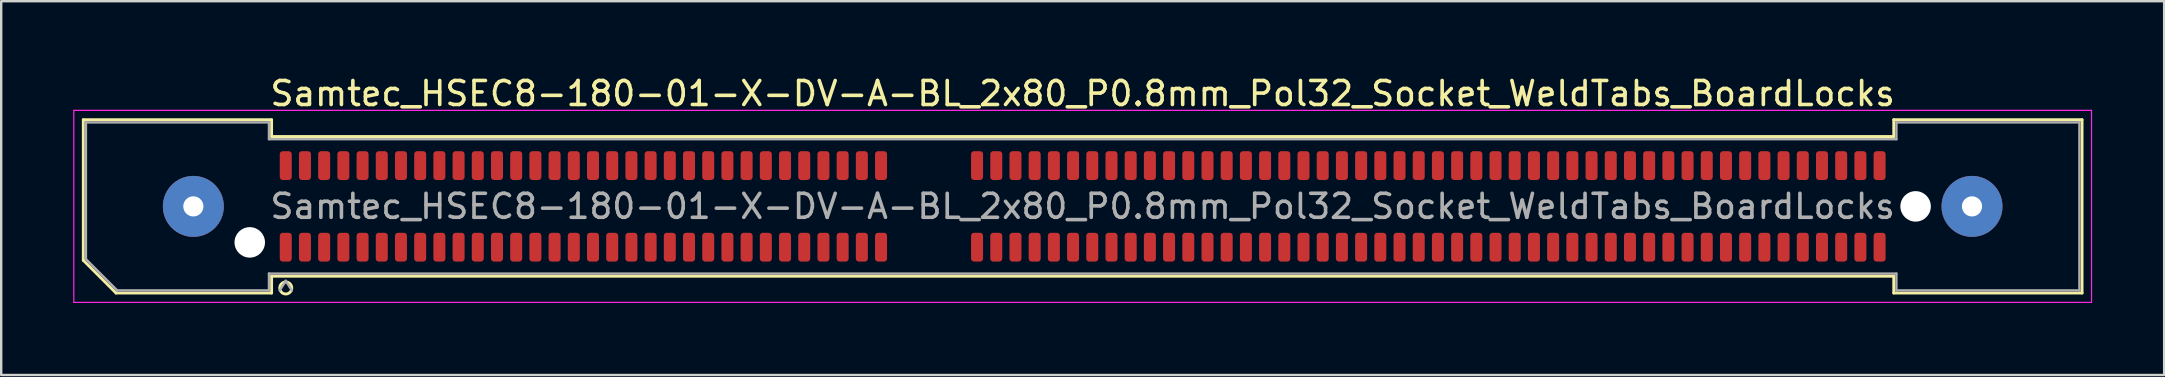
<source format=kicad_pcb>
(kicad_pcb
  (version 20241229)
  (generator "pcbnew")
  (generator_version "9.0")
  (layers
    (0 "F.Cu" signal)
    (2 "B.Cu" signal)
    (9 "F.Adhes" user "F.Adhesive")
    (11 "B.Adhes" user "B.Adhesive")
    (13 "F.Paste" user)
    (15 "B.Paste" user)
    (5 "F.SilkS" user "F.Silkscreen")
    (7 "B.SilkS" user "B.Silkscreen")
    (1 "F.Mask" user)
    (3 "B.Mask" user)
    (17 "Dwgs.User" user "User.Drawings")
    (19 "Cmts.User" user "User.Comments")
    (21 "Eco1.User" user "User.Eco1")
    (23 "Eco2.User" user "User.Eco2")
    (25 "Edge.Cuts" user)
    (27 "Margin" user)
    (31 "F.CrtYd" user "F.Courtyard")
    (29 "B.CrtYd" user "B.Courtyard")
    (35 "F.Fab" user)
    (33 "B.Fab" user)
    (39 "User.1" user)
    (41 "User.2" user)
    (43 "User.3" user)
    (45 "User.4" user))
  (footprint "Samtec_HSEC8-180-01-X-DV-A-BL_2x80_P0.8mm_Pol32_Socket_WeldTabs_BoardLocks"
    (layer "F.Cu")
    (at 42.055 5.548)
    (property "Reference" "Samtec_HSEC8-180-01-X-DV-A-BL_2x80_P0.8mm_Pol32_Socket_WeldTabs_BoardLocks" (at 0 -4.7 0) (layer "F.SilkS") (effects (font (size 1 1) (thickness 0.15))))
    (attr smd)
    (fp_line (start -41.635 -3.61) (end -33.79 -3.61) (stroke (width 0.12) (type solid)) (layer "F.SilkS"))
    (fp_line (start -41.635 2.246) (end -41.635 -3.61) (stroke (width 0.12) (type solid)) (layer "F.SilkS"))
    (fp_line (start -40.271 3.61) (end -41.635 2.246) (stroke (width 0.12) (type solid)) (layer "F.SilkS"))
    (fp_line (start -33.79 -3.61) (end -33.79 -2.91) (stroke (width 0.12) (type solid)) (layer "F.SilkS"))
    (fp_line (start -33.79 -2.91) (end 33.79 -2.91) (stroke (width 0.12) (type solid)) (layer "F.SilkS"))
    (fp_line (start -33.79 2.91) (end -33.79 3.61) (stroke (width 0.12) (type solid)) (layer "F.SilkS"))
    (fp_line (start -33.79 3.61) (end -40.271 3.61) (stroke (width 0.12) (type solid)) (layer "F.SilkS"))
    (fp_line (start 33.79 -3.61) (end 41.635 -3.61) (stroke (width 0.12) (type solid)) (layer "F.SilkS"))
    (fp_line (start 33.79 -2.91) (end 33.79 -3.61) (stroke (width 0.12) (type solid)) (layer "F.SilkS"))
    (fp_line (start 33.79 2.91) (end -33.79 2.91) (stroke (width 0.12) (type solid)) (layer "F.SilkS"))
    (fp_line (start 33.79 3.61) (end 33.79 2.91) (stroke (width 0.12) (type solid)) (layer "F.SilkS"))
    (fp_line (start 41.635 -3.61) (end 41.635 3.61) (stroke (width 0.12) (type solid)) (layer "F.SilkS"))
    (fp_line (start 41.635 3.61) (end 33.79 3.61) (stroke (width 0.12) (type solid)) (layer "F.SilkS"))
    (fp_circle (center -33.2 3.4) (end -32.95 3.4) (stroke (width 0.12) (type solid)) (fill no) (layer "F.SilkS"))
    (fp_line (start -42.03 -4) (end -42.03 4) (stroke (width 0.05) (type solid)) (layer "F.CrtYd"))
    (fp_line (start -42.03 4) (end 42.03 4) (stroke (width 0.05) (type solid)) (layer "F.CrtYd"))
    (fp_line (start 42.03 -4) (end -42.03 -4) (stroke (width 0.05) (type solid)) (layer "F.CrtYd"))
    (fp_line (start 42.03 4) (end 42.03 -4) (stroke (width 0.05) (type solid)) (layer "F.CrtYd"))
    (fp_line (start -41.525 -3.5) (end -33.9 -3.5) (stroke (width 0.1) (type solid)) (layer "F.Fab"))
    (fp_line (start -41.525 2.2) (end -41.525 -3.5) (stroke (width 0.1) (type solid)) (layer "F.Fab"))
    (fp_line (start -40.225 3.5) (end -41.525 2.2) (stroke (width 0.1) (type solid)) (layer "F.Fab"))
    (fp_line (start -33.9 -3.5) (end -33.9 -2.8) (stroke (width 0.1) (type solid)) (layer "F.Fab"))
    (fp_line (start -33.9 -2.8) (end 33.9 -2.8) (stroke (width 0.1) (type solid)) (layer "F.Fab"))
    (fp_line (start -33.9 2.8) (end -33.9 3.5) (stroke (width 0.1) (type solid)) (layer "F.Fab"))
    (fp_line (start -33.9 3.5) (end -40.225 3.5) (stroke (width 0.1) (type solid)) (layer "F.Fab"))
    (fp_line (start -33.2 3.1) (end -33.45 3.5) (stroke (width 0.1) (type solid)) (layer "F.Fab"))
    (fp_line (start -33.2 3.1) (end -32.95 3.5) (stroke (width 0.1) (type solid)) (layer "F.Fab"))
    (fp_line (start 33.9 -3.5) (end 41.525 -3.5) (stroke (width 0.1) (type solid)) (layer "F.Fab"))
    (fp_line (start 33.9 -2.8) (end 33.9 -3.5) (stroke (width 0.1) (type solid)) (layer "F.Fab"))
    (fp_line (start 33.9 2.8) (end -33.9 2.8) (stroke (width 0.1) (type solid)) (layer "F.Fab"))
    (fp_line (start 33.9 3.5) (end 33.9 2.8) (stroke (width 0.1) (type solid)) (layer "F.Fab"))
    (fp_line (start 41.525 -3.5) (end 41.525 3.5) (stroke (width 0.1) (type solid)) (layer "F.Fab"))
    (fp_line (start 41.525 3.5) (end 33.9 3.5) (stroke (width 0.1) (type solid)) (layer "F.Fab"))
    (fp_text user "${REFERENCE}" (at 0 0 0) (layer "F.Fab") (effects (font (size 1 1) (thickness 0.15))))
    (pad "" thru_hole circle (at -37.05 0) (size 2.54 2.54) (drill 0.84) (layers "*.Cu" "*.Mask" "F.Paste"))
    (pad "" np_thru_hole circle (at -34.7 1.5) (size 1.27 1.27) (drill 1.27) (layers "*.Cu" "*.Mask"))
    (pad "" np_thru_hole circle (at 34.7 0) (size 1.27 1.27) (drill 1.27) (layers "*.Cu" "*.Mask"))
    (pad "" thru_hole circle (at 37.05 0) (size 2.54 2.54) (drill 0.84) (layers "*.Cu" "*.Mask" "F.Paste"))
    (pad "1" smd roundrect (at -33.2 1.7) (size 0.5 1.2) (layers "F.Cu" "F.Mask" "F.Paste") (roundrect_rratio 0.25))
    (pad "2" smd roundrect (at -33.2 -1.7) (size 0.5 1.2) (layers "F.Cu" "F.Mask" "F.Paste") (roundrect_rratio 0.25))
    (pad "3" smd roundrect (at -32.4 1.7) (size 0.5 1.2) (layers "F.Cu" "F.Mask" "F.Paste") (roundrect_rratio 0.25))
    (pad "4" smd roundrect (at -32.4 -1.7) (size 0.5 1.2) (layers "F.Cu" "F.Mask" "F.Paste") (roundrect_rratio 0.25))
    (pad "5" smd roundrect (at -31.6 1.7) (size 0.5 1.2) (layers "F.Cu" "F.Mask" "F.Paste") (roundrect_rratio 0.25))
    (pad "6" smd roundrect (at -31.6 -1.7) (size 0.5 1.2) (layers "F.Cu" "F.Mask" "F.Paste") (roundrect_rratio 0.25))
    (pad "7" smd roundrect (at -30.8 1.7) (size 0.5 1.2) (layers "F.Cu" "F.Mask" "F.Paste") (roundrect_rratio 0.25))
    (pad "8" smd roundrect (at -30.8 -1.7) (size 0.5 1.2) (layers "F.Cu" "F.Mask" "F.Paste") (roundrect_rratio 0.25))
    (pad "9" smd roundrect (at -30 1.7) (size 0.5 1.2) (layers "F.Cu" "F.Mask" "F.Paste") (roundrect_rratio 0.25))
    (pad "10" smd roundrect (at -30 -1.7) (size 0.5 1.2) (layers "F.Cu" "F.Mask" "F.Paste") (roundrect_rratio 0.25))
    (pad "11" smd roundrect (at -29.2 1.7) (size 0.5 1.2) (layers "F.Cu" "F.Mask" "F.Paste") (roundrect_rratio 0.25))
    (pad "12" smd roundrect (at -29.2 -1.7) (size 0.5 1.2) (layers "F.Cu" "F.Mask" "F.Paste") (roundrect_rratio 0.25))
    (pad "13" smd roundrect (at -28.4 1.7) (size 0.5 1.2) (layers "F.Cu" "F.Mask" "F.Paste") (roundrect_rratio 0.25))
    (pad "14" smd roundrect (at -28.4 -1.7) (size 0.5 1.2) (layers "F.Cu" "F.Mask" "F.Paste") (roundrect_rratio 0.25))
    (pad "15" smd roundrect (at -27.6 1.7) (size 0.5 1.2) (layers "F.Cu" "F.Mask" "F.Paste") (roundrect_rratio 0.25))
    (pad "16" smd roundrect (at -27.6 -1.7) (size 0.5 1.2) (layers "F.Cu" "F.Mask" "F.Paste") (roundrect_rratio 0.25))
    (pad "17" smd roundrect (at -26.8 1.7) (size 0.5 1.2) (layers "F.Cu" "F.Mask" "F.Paste") (roundrect_rratio 0.25))
    (pad "18" smd roundrect (at -26.8 -1.7) (size 0.5 1.2) (layers "F.Cu" "F.Mask" "F.Paste") (roundrect_rratio 0.25))
    (pad "19" smd roundrect (at -26 1.7) (size 0.5 1.2) (layers "F.Cu" "F.Mask" "F.Paste") (roundrect_rratio 0.25))
    (pad "20" smd roundrect (at -26 -1.7) (size 0.5 1.2) (layers "F.Cu" "F.Mask" "F.Paste") (roundrect_rratio 0.25))
    (pad "21" smd roundrect (at -25.2 1.7) (size 0.5 1.2) (layers "F.Cu" "F.Mask" "F.Paste") (roundrect_rratio 0.25))
    (pad "22" smd roundrect (at -25.2 -1.7) (size 0.5 1.2) (layers "F.Cu" "F.Mask" "F.Paste") (roundrect_rratio 0.25))
    (pad "23" smd roundrect (at -24.4 1.7) (size 0.5 1.2) (layers "F.Cu" "F.Mask" "F.Paste") (roundrect_rratio 0.25))
    (pad "24" smd roundrect (at -24.4 -1.7) (size 0.5 1.2) (layers "F.Cu" "F.Mask" "F.Paste") (roundrect_rratio 0.25))
    (pad "25" smd roundrect (at -23.6 1.7) (size 0.5 1.2) (layers "F.Cu" "F.Mask" "F.Paste") (roundrect_rratio 0.25))
    (pad "26" smd roundrect (at -23.6 -1.7) (size 0.5 1.2) (layers "F.Cu" "F.Mask" "F.Paste") (roundrect_rratio 0.25))
    (pad "27" smd roundrect (at -22.8 1.7) (size 0.5 1.2) (layers "F.Cu" "F.Mask" "F.Paste") (roundrect_rratio 0.25))
    (pad "28" smd roundrect (at -22.8 -1.7) (size 0.5 1.2) (layers "F.Cu" "F.Mask" "F.Paste") (roundrect_rratio 0.25))
    (pad "29" smd roundrect (at -22 1.7) (size 0.5 1.2) (layers "F.Cu" "F.Mask" "F.Paste") (roundrect_rratio 0.25))
    (pad "30" smd roundrect (at -22 -1.7) (size 0.5 1.2) (layers "F.Cu" "F.Mask" "F.Paste") (roundrect_rratio 0.25))
    (pad "31" smd roundrect (at -21.2 1.7) (size 0.5 1.2) (layers "F.Cu" "F.Mask" "F.Paste") (roundrect_rratio 0.25))
    (pad "32" smd roundrect (at -21.2 -1.7) (size 0.5 1.2) (layers "F.Cu" "F.Mask" "F.Paste") (roundrect_rratio 0.25))
    (pad "33" smd roundrect (at -20.4 1.7) (size 0.5 1.2) (layers "F.Cu" "F.Mask" "F.Paste") (roundrect_rratio 0.25))
    (pad "34" smd roundrect (at -20.4 -1.7) (size 0.5 1.2) (layers "F.Cu" "F.Mask" "F.Paste") (roundrect_rratio 0.25))
    (pad "35" smd roundrect (at -19.6 1.7) (size 0.5 1.2) (layers "F.Cu" "F.Mask" "F.Paste") (roundrect_rratio 0.25))
    (pad "36" smd roundrect (at -19.6 -1.7) (size 0.5 1.2) (layers "F.Cu" "F.Mask" "F.Paste") (roundrect_rratio 0.25))
    (pad "37" smd roundrect (at -18.8 1.7) (size 0.5 1.2) (layers "F.Cu" "F.Mask" "F.Paste") (roundrect_rratio 0.25))
    (pad "38" smd roundrect (at -18.8 -1.7) (size 0.5 1.2) (layers "F.Cu" "F.Mask" "F.Paste") (roundrect_rratio 0.25))
    (pad "39" smd roundrect (at -18 1.7) (size 0.5 1.2) (layers "F.Cu" "F.Mask" "F.Paste") (roundrect_rratio 0.25))
    (pad "40" smd roundrect (at -18 -1.7) (size 0.5 1.2) (layers "F.Cu" "F.Mask" "F.Paste") (roundrect_rratio 0.25))
    (pad "41" smd roundrect (at -17.2 1.7) (size 0.5 1.2) (layers "F.Cu" "F.Mask" "F.Paste") (roundrect_rratio 0.25))
    (pad "42" smd roundrect (at -17.2 -1.7) (size 0.5 1.2) (layers "F.Cu" "F.Mask" "F.Paste") (roundrect_rratio 0.25))
    (pad "43" smd roundrect (at -16.4 1.7) (size 0.5 1.2) (layers "F.Cu" "F.Mask" "F.Paste") (roundrect_rratio 0.25))
    (pad "44" smd roundrect (at -16.4 -1.7) (size 0.5 1.2) (layers "F.Cu" "F.Mask" "F.Paste") (roundrect_rratio 0.25))
    (pad "45" smd roundrect (at -15.6 1.7) (size 0.5 1.2) (layers "F.Cu" "F.Mask" "F.Paste") (roundrect_rratio 0.25))
    (pad "46" smd roundrect (at -15.6 -1.7) (size 0.5 1.2) (layers "F.Cu" "F.Mask" "F.Paste") (roundrect_rratio 0.25))
    (pad "47" smd roundrect (at -14.8 1.7) (size 0.5 1.2) (layers "F.Cu" "F.Mask" "F.Paste") (roundrect_rratio 0.25))
    (pad "48" smd roundrect (at -14.8 -1.7) (size 0.5 1.2) (layers "F.Cu" "F.Mask" "F.Paste") (roundrect_rratio 0.25))
    (pad "49" smd roundrect (at -14 1.7) (size 0.5 1.2) (layers "F.Cu" "F.Mask" "F.Paste") (roundrect_rratio 0.25))
    (pad "50" smd roundrect (at -14 -1.7) (size 0.5 1.2) (layers "F.Cu" "F.Mask" "F.Paste") (roundrect_rratio 0.25))
    (pad "51" smd roundrect (at -13.2 1.7) (size 0.5 1.2) (layers "F.Cu" "F.Mask" "F.Paste") (roundrect_rratio 0.25))
    (pad "52" smd roundrect (at -13.2 -1.7) (size 0.5 1.2) (layers "F.Cu" "F.Mask" "F.Paste") (roundrect_rratio 0.25))
    (pad "53" smd roundrect (at -12.4 1.7) (size 0.5 1.2) (layers "F.Cu" "F.Mask" "F.Paste") (roundrect_rratio 0.25))
    (pad "54" smd roundrect (at -12.4 -1.7) (size 0.5 1.2) (layers "F.Cu" "F.Mask" "F.Paste") (roundrect_rratio 0.25))
    (pad "55" smd roundrect (at -11.6 1.7) (size 0.5 1.2) (layers "F.Cu" "F.Mask" "F.Paste") (roundrect_rratio 0.25))
    (pad "56" smd roundrect (at -11.6 -1.7) (size 0.5 1.2) (layers "F.Cu" "F.Mask" "F.Paste") (roundrect_rratio 0.25))
    (pad "57" smd roundrect (at -10.8 1.7) (size 0.5 1.2) (layers "F.Cu" "F.Mask" "F.Paste") (roundrect_rratio 0.25))
    (pad "58" smd roundrect (at -10.8 -1.7) (size 0.5 1.2) (layers "F.Cu" "F.Mask" "F.Paste") (roundrect_rratio 0.25))
    (pad "59" smd roundrect (at -10 1.7) (size 0.5 1.2) (layers "F.Cu" "F.Mask" "F.Paste") (roundrect_rratio 0.25))
    (pad "60" smd roundrect (at -10 -1.7) (size 0.5 1.2) (layers "F.Cu" "F.Mask" "F.Paste") (roundrect_rratio 0.25))
    (pad "61" smd roundrect (at -9.2 1.7) (size 0.5 1.2) (layers "F.Cu" "F.Mask" "F.Paste") (roundrect_rratio 0.25))
    (pad "62" smd roundrect (at -9.2 -1.7) (size 0.5 1.2) (layers "F.Cu" "F.Mask" "F.Paste") (roundrect_rratio 0.25))
    (pad "63" smd roundrect (at -8.4 1.7) (size 0.5 1.2) (layers "F.Cu" "F.Mask" "F.Paste") (roundrect_rratio 0.25))
    (pad "64" smd roundrect (at -8.4 -1.7) (size 0.5 1.2) (layers "F.Cu" "F.Mask" "F.Paste") (roundrect_rratio 0.25))
    (pad "65" smd roundrect (at -4.4 1.7) (size 0.5 1.2) (layers "F.Cu" "F.Mask" "F.Paste") (roundrect_rratio 0.25))
    (pad "66" smd roundrect (at -4.4 -1.7) (size 0.5 1.2) (layers "F.Cu" "F.Mask" "F.Paste") (roundrect_rratio 0.25))
    (pad "67" smd roundrect (at -3.6 1.7) (size 0.5 1.2) (layers "F.Cu" "F.Mask" "F.Paste") (roundrect_rratio 0.25))
    (pad "68" smd roundrect (at -3.6 -1.7) (size 0.5 1.2) (layers "F.Cu" "F.Mask" "F.Paste") (roundrect_rratio 0.25))
    (pad "69" smd roundrect (at -2.8 1.7) (size 0.5 1.2) (layers "F.Cu" "F.Mask" "F.Paste") (roundrect_rratio 0.25))
    (pad "70" smd roundrect (at -2.8 -1.7) (size 0.5 1.2) (layers "F.Cu" "F.Mask" "F.Paste") (roundrect_rratio 0.25))
    (pad "71" smd roundrect (at -2 1.7) (size 0.5 1.2) (layers "F.Cu" "F.Mask" "F.Paste") (roundrect_rratio 0.25))
    (pad "72" smd roundrect (at -2 -1.7) (size 0.5 1.2) (layers "F.Cu" "F.Mask" "F.Paste") (roundrect_rratio 0.25))
    (pad "73" smd roundrect (at -1.2 1.7) (size 0.5 1.2) (layers "F.Cu" "F.Mask" "F.Paste") (roundrect_rratio 0.25))
    (pad "74" smd roundrect (at -1.2 -1.7) (size 0.5 1.2) (layers "F.Cu" "F.Mask" "F.Paste") (roundrect_rratio 0.25))
    (pad "75" smd roundrect (at -0.4 1.7) (size 0.5 1.2) (layers "F.Cu" "F.Mask" "F.Paste") (roundrect_rratio 0.25))
    (pad "76" smd roundrect (at -0.4 -1.7) (size 0.5 1.2) (layers "F.Cu" "F.Mask" "F.Paste") (roundrect_rratio 0.25))
    (pad "77" smd roundrect (at 0.4 1.7) (size 0.5 1.2) (layers "F.Cu" "F.Mask" "F.Paste") (roundrect_rratio 0.25))
    (pad "78" smd roundrect (at 0.4 -1.7) (size 0.5 1.2) (layers "F.Cu" "F.Mask" "F.Paste") (roundrect_rratio 0.25))
    (pad "79" smd roundrect (at 1.2 1.7) (size 0.5 1.2) (layers "F.Cu" "F.Mask" "F.Paste") (roundrect_rratio 0.25))
    (pad "80" smd roundrect (at 1.2 -1.7) (size 0.5 1.2) (layers "F.Cu" "F.Mask" "F.Paste") (roundrect_rratio 0.25))
    (pad "81" smd roundrect (at 2 1.7) (size 0.5 1.2) (layers "F.Cu" "F.Mask" "F.Paste") (roundrect_rratio 0.25))
    (pad "82" smd roundrect (at 2 -1.7) (size 0.5 1.2) (layers "F.Cu" "F.Mask" "F.Paste") (roundrect_rratio 0.25))
    (pad "83" smd roundrect (at 2.8 1.7) (size 0.5 1.2) (layers "F.Cu" "F.Mask" "F.Paste") (roundrect_rratio 0.25))
    (pad "84" smd roundrect (at 2.8 -1.7) (size 0.5 1.2) (layers "F.Cu" "F.Mask" "F.Paste") (roundrect_rratio 0.25))
    (pad "85" smd roundrect (at 3.6 1.7) (size 0.5 1.2) (layers "F.Cu" "F.Mask" "F.Paste") (roundrect_rratio 0.25))
    (pad "86" smd roundrect (at 3.6 -1.7) (size 0.5 1.2) (layers "F.Cu" "F.Mask" "F.Paste") (roundrect_rratio 0.25))
    (pad "87" smd roundrect (at 4.4 1.7) (size 0.5 1.2) (layers "F.Cu" "F.Mask" "F.Paste") (roundrect_rratio 0.25))
    (pad "88" smd roundrect (at 4.4 -1.7) (size 0.5 1.2) (layers "F.Cu" "F.Mask" "F.Paste") (roundrect_rratio 0.25))
    (pad "89" smd roundrect (at 5.2 1.7) (size 0.5 1.2) (layers "F.Cu" "F.Mask" "F.Paste") (roundrect_rratio 0.25))
    (pad "90" smd roundrect (at 5.2 -1.7) (size 0.5 1.2) (layers "F.Cu" "F.Mask" "F.Paste") (roundrect_rratio 0.25))
    (pad "91" smd roundrect (at 6 1.7) (size 0.5 1.2) (layers "F.Cu" "F.Mask" "F.Paste") (roundrect_rratio 0.25))
    (pad "92" smd roundrect (at 6 -1.7) (size 0.5 1.2) (layers "F.Cu" "F.Mask" "F.Paste") (roundrect_rratio 0.25))
    (pad "93" smd roundrect (at 6.8 1.7) (size 0.5 1.2) (layers "F.Cu" "F.Mask" "F.Paste") (roundrect_rratio 0.25))
    (pad "94" smd roundrect (at 6.8 -1.7) (size 0.5 1.2) (layers "F.Cu" "F.Mask" "F.Paste") (roundrect_rratio 0.25))
    (pad "95" smd roundrect (at 7.6 1.7) (size 0.5 1.2) (layers "F.Cu" "F.Mask" "F.Paste") (roundrect_rratio 0.25))
    (pad "96" smd roundrect (at 7.6 -1.7) (size 0.5 1.2) (layers "F.Cu" "F.Mask" "F.Paste") (roundrect_rratio 0.25))
    (pad "97" smd roundrect (at 8.4 1.7) (size 0.5 1.2) (layers "F.Cu" "F.Mask" "F.Paste") (roundrect_rratio 0.25))
    (pad "98" smd roundrect (at 8.4 -1.7) (size 0.5 1.2) (layers "F.Cu" "F.Mask" "F.Paste") (roundrect_rratio 0.25))
    (pad "99" smd roundrect (at 9.2 1.7) (size 0.5 1.2) (layers "F.Cu" "F.Mask" "F.Paste") (roundrect_rratio 0.25))
    (pad "100" smd roundrect (at 9.2 -1.7) (size 0.5 1.2) (layers "F.Cu" "F.Mask" "F.Paste") (roundrect_rratio 0.25))
    (pad "101" smd roundrect (at 10 1.7) (size 0.5 1.2) (layers "F.Cu" "F.Mask" "F.Paste") (roundrect_rratio 0.25))
    (pad "102" smd roundrect (at 10 -1.7) (size 0.5 1.2) (layers "F.Cu" "F.Mask" "F.Paste") (roundrect_rratio 0.25))
    (pad "103" smd roundrect (at 10.8 1.7) (size 0.5 1.2) (layers "F.Cu" "F.Mask" "F.Paste") (roundrect_rratio 0.25))
    (pad "104" smd roundrect (at 10.8 -1.7) (size 0.5 1.2) (layers "F.Cu" "F.Mask" "F.Paste") (roundrect_rratio 0.25))
    (pad "105" smd roundrect (at 11.6 1.7) (size 0.5 1.2) (layers "F.Cu" "F.Mask" "F.Paste") (roundrect_rratio 0.25))
    (pad "106" smd roundrect (at 11.6 -1.7) (size 0.5 1.2) (layers "F.Cu" "F.Mask" "F.Paste") (roundrect_rratio 0.25))
    (pad "107" smd roundrect (at 12.4 1.7) (size 0.5 1.2) (layers "F.Cu" "F.Mask" "F.Paste") (roundrect_rratio 0.25))
    (pad "108" smd roundrect (at 12.4 -1.7) (size 0.5 1.2) (layers "F.Cu" "F.Mask" "F.Paste") (roundrect_rratio 0.25))
    (pad "109" smd roundrect (at 13.2 1.7) (size 0.5 1.2) (layers "F.Cu" "F.Mask" "F.Paste") (roundrect_rratio 0.25))
    (pad "110" smd roundrect (at 13.2 -1.7) (size 0.5 1.2) (layers "F.Cu" "F.Mask" "F.Paste") (roundrect_rratio 0.25))
    (pad "111" smd roundrect (at 14 1.7) (size 0.5 1.2) (layers "F.Cu" "F.Mask" "F.Paste") (roundrect_rratio 0.25))
    (pad "112" smd roundrect (at 14 -1.7) (size 0.5 1.2) (layers "F.Cu" "F.Mask" "F.Paste") (roundrect_rratio 0.25))
    (pad "113" smd roundrect (at 14.8 1.7) (size 0.5 1.2) (layers "F.Cu" "F.Mask" "F.Paste") (roundrect_rratio 0.25))
    (pad "114" smd roundrect (at 14.8 -1.7) (size 0.5 1.2) (layers "F.Cu" "F.Mask" "F.Paste") (roundrect_rratio 0.25))
    (pad "115" smd roundrect (at 15.6 1.7) (size 0.5 1.2) (layers "F.Cu" "F.Mask" "F.Paste") (roundrect_rratio 0.25))
    (pad "116" smd roundrect (at 15.6 -1.7) (size 0.5 1.2) (layers "F.Cu" "F.Mask" "F.Paste") (roundrect_rratio 0.25))
    (pad "117" smd roundrect (at 16.4 1.7) (size 0.5 1.2) (layers "F.Cu" "F.Mask" "F.Paste") (roundrect_rratio 0.25))
    (pad "118" smd roundrect (at 16.4 -1.7) (size 0.5 1.2) (layers "F.Cu" "F.Mask" "F.Paste") (roundrect_rratio 0.25))
    (pad "119" smd roundrect (at 17.2 1.7) (size 0.5 1.2) (layers "F.Cu" "F.Mask" "F.Paste") (roundrect_rratio 0.25))
    (pad "120" smd roundrect (at 17.2 -1.7) (size 0.5 1.2) (layers "F.Cu" "F.Mask" "F.Paste") (roundrect_rratio 0.25))
    (pad "121" smd roundrect (at 18 1.7) (size 0.5 1.2) (layers "F.Cu" "F.Mask" "F.Paste") (roundrect_rratio 0.25))
    (pad "122" smd roundrect (at 18 -1.7) (size 0.5 1.2) (layers "F.Cu" "F.Mask" "F.Paste") (roundrect_rratio 0.25))
    (pad "123" smd roundrect (at 18.8 1.7) (size 0.5 1.2) (layers "F.Cu" "F.Mask" "F.Paste") (roundrect_rratio 0.25))
    (pad "124" smd roundrect (at 18.8 -1.7) (size 0.5 1.2) (layers "F.Cu" "F.Mask" "F.Paste") (roundrect_rratio 0.25))
    (pad "125" smd roundrect (at 19.6 1.7) (size 0.5 1.2) (layers "F.Cu" "F.Mask" "F.Paste") (roundrect_rratio 0.25))
    (pad "126" smd roundrect (at 19.6 -1.7) (size 0.5 1.2) (layers "F.Cu" "F.Mask" "F.Paste") (roundrect_rratio 0.25))
    (pad "127" smd roundrect (at 20.4 1.7) (size 0.5 1.2) (layers "F.Cu" "F.Mask" "F.Paste") (roundrect_rratio 0.25))
    (pad "128" smd roundrect (at 20.4 -1.7) (size 0.5 1.2) (layers "F.Cu" "F.Mask" "F.Paste") (roundrect_rratio 0.25))
    (pad "129" smd roundrect (at 21.2 1.7) (size 0.5 1.2) (layers "F.Cu" "F.Mask" "F.Paste") (roundrect_rratio 0.25))
    (pad "130" smd roundrect (at 21.2 -1.7) (size 0.5 1.2) (layers "F.Cu" "F.Mask" "F.Paste") (roundrect_rratio 0.25))
    (pad "131" smd roundrect (at 22 1.7) (size 0.5 1.2) (layers "F.Cu" "F.Mask" "F.Paste") (roundrect_rratio 0.25))
    (pad "132" smd roundrect (at 22 -1.7) (size 0.5 1.2) (layers "F.Cu" "F.Mask" "F.Paste") (roundrect_rratio 0.25))
    (pad "133" smd roundrect (at 22.8 1.7) (size 0.5 1.2) (layers "F.Cu" "F.Mask" "F.Paste") (roundrect_rratio 0.25))
    (pad "134" smd roundrect (at 22.8 -1.7) (size 0.5 1.2) (layers "F.Cu" "F.Mask" "F.Paste") (roundrect_rratio 0.25))
    (pad "135" smd roundrect (at 23.6 1.7) (size 0.5 1.2) (layers "F.Cu" "F.Mask" "F.Paste") (roundrect_rratio 0.25))
    (pad "136" smd roundrect (at 23.6 -1.7) (size 0.5 1.2) (layers "F.Cu" "F.Mask" "F.Paste") (roundrect_rratio 0.25))
    (pad "137" smd roundrect (at 24.4 1.7) (size 0.5 1.2) (layers "F.Cu" "F.Mask" "F.Paste") (roundrect_rratio 0.25))
    (pad "138" smd roundrect (at 24.4 -1.7) (size 0.5 1.2) (layers "F.Cu" "F.Mask" "F.Paste") (roundrect_rratio 0.25))
    (pad "139" smd roundrect (at 25.2 1.7) (size 0.5 1.2) (layers "F.Cu" "F.Mask" "F.Paste") (roundrect_rratio 0.25))
    (pad "140" smd roundrect (at 25.2 -1.7) (size 0.5 1.2) (layers "F.Cu" "F.Mask" "F.Paste") (roundrect_rratio 0.25))
    (pad "141" smd roundrect (at 26 1.7) (size 0.5 1.2) (layers "F.Cu" "F.Mask" "F.Paste") (roundrect_rratio 0.25))
    (pad "142" smd roundrect (at 26 -1.7) (size 0.5 1.2) (layers "F.Cu" "F.Mask" "F.Paste") (roundrect_rratio 0.25))
    (pad "143" smd roundrect (at 26.8 1.7) (size 0.5 1.2) (layers "F.Cu" "F.Mask" "F.Paste") (roundrect_rratio 0.25))
    (pad "144" smd roundrect (at 26.8 -1.7) (size 0.5 1.2) (layers "F.Cu" "F.Mask" "F.Paste") (roundrect_rratio 0.25))
    (pad "145" smd roundrect (at 27.6 1.7) (size 0.5 1.2) (layers "F.Cu" "F.Mask" "F.Paste") (roundrect_rratio 0.25))
    (pad "146" smd roundrect (at 27.6 -1.7) (size 0.5 1.2) (layers "F.Cu" "F.Mask" "F.Paste") (roundrect_rratio 0.25))
    (pad "147" smd roundrect (at 28.4 1.7) (size 0.5 1.2) (layers "F.Cu" "F.Mask" "F.Paste") (roundrect_rratio 0.25))
    (pad "148" smd roundrect (at 28.4 -1.7) (size 0.5 1.2) (layers "F.Cu" "F.Mask" "F.Paste") (roundrect_rratio 0.25))
    (pad "149" smd roundrect (at 29.2 1.7) (size 0.5 1.2) (layers "F.Cu" "F.Mask" "F.Paste") (roundrect_rratio 0.25))
    (pad "150" smd roundrect (at 29.2 -1.7) (size 0.5 1.2) (layers "F.Cu" "F.Mask" "F.Paste") (roundrect_rratio 0.25))
    (pad "151" smd roundrect (at 30 1.7) (size 0.5 1.2) (layers "F.Cu" "F.Mask" "F.Paste") (roundrect_rratio 0.25))
    (pad "152" smd roundrect (at 30 -1.7) (size 0.5 1.2) (layers "F.Cu" "F.Mask" "F.Paste") (roundrect_rratio 0.25))
    (pad "153" smd roundrect (at 30.8 1.7) (size 0.5 1.2) (layers "F.Cu" "F.Mask" "F.Paste") (roundrect_rratio 0.25))
    (pad "154" smd roundrect (at 30.8 -1.7) (size 0.5 1.2) (layers "F.Cu" "F.Mask" "F.Paste") (roundrect_rratio 0.25))
    (pad "155" smd roundrect (at 31.6 1.7) (size 0.5 1.2) (layers "F.Cu" "F.Mask" "F.Paste") (roundrect_rratio 0.25))
    (pad "156" smd roundrect (at 31.6 -1.7) (size 0.5 1.2) (layers "F.Cu" "F.Mask" "F.Paste") (roundrect_rratio 0.25))
    (pad "157" smd roundrect (at 32.4 1.7) (size 0.5 1.2) (layers "F.Cu" "F.Mask" "F.Paste") (roundrect_rratio 0.25))
    (pad "158" smd roundrect (at 32.4 -1.7) (size 0.5 1.2) (layers "F.Cu" "F.Mask" "F.Paste") (roundrect_rratio 0.25))
    (pad "159" smd roundrect (at 33.2 1.7) (size 0.5 1.2) (layers "F.Cu" "F.Mask" "F.Paste") (roundrect_rratio 0.25))
    (pad "160" smd roundrect (at 33.2 -1.7) (size 0.5 1.2) (layers "F.Cu" "F.Mask" "F.Paste") (roundrect_rratio 0.25)))
  (gr_rect
    (start -3 -3)
    (end 87.11 12.573)
    (stroke (width 0.1) (type default))
    (fill no)
    (layer "Edge.Cuts")))
</source>
